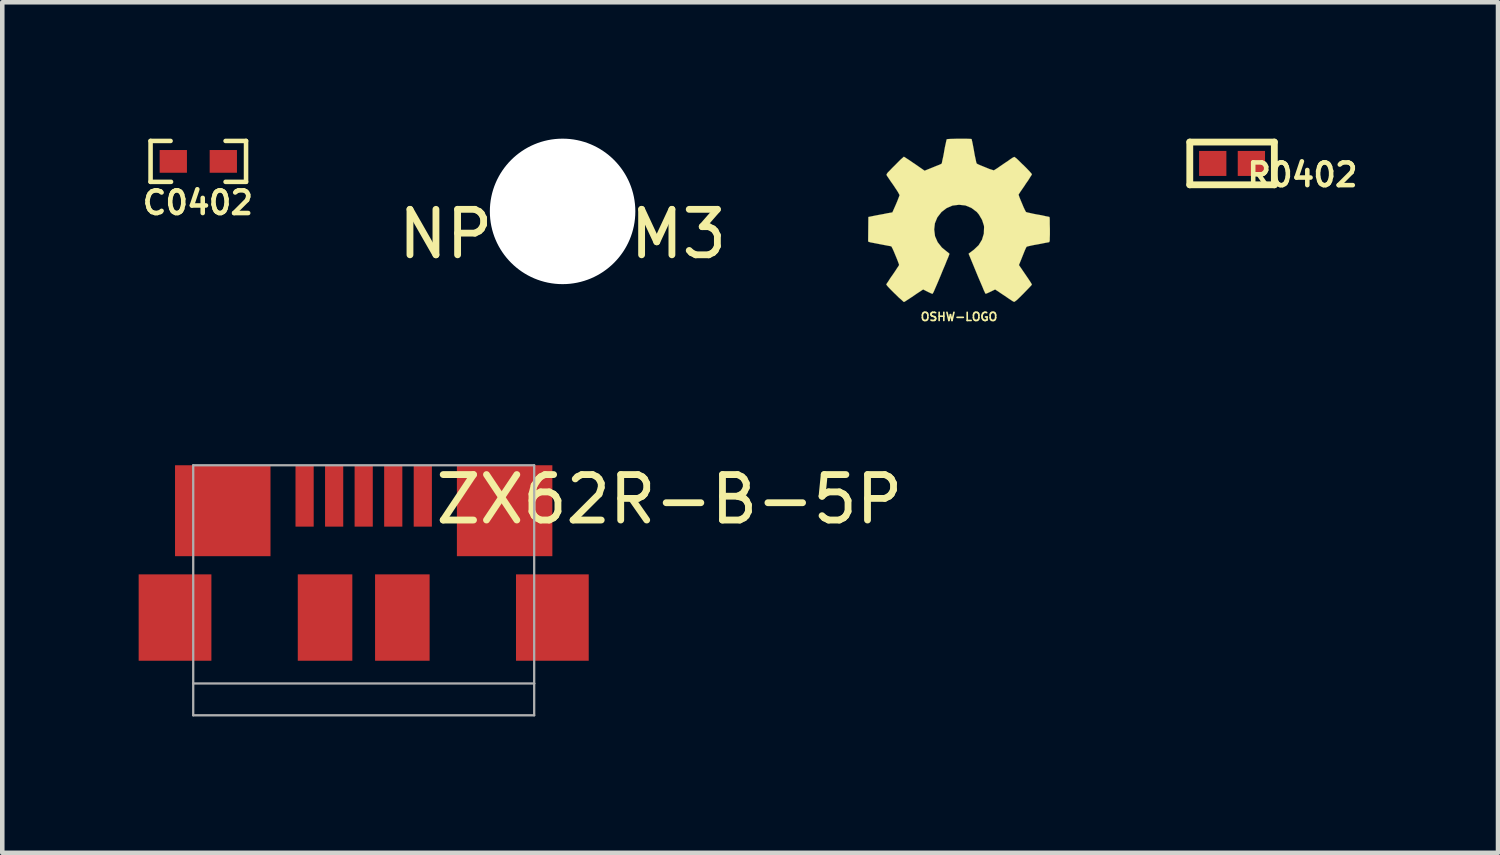
<source format=kicad_pcb>
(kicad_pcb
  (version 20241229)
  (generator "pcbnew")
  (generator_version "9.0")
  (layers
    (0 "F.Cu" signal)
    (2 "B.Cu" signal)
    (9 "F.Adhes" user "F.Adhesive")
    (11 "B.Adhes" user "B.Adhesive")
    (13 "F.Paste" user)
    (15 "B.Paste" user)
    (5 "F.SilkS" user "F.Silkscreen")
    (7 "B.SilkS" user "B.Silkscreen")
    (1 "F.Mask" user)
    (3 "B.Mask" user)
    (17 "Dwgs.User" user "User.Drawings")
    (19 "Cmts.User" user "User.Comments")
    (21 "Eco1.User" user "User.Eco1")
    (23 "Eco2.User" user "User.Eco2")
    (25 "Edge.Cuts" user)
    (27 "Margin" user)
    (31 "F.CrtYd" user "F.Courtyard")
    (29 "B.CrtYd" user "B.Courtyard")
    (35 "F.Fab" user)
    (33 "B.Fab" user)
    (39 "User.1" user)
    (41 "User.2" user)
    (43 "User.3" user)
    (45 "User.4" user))
  (footprint "R0402"
    (layer "F.Cu")
    (at 24.051 0.545)
    (property "Reference" "R0402" (at 1.548 0.251 0) (layer "F.SilkS") (effects (font (size 0.5 0.5) (thickness 0.1))))
    (attr smd)
    (fp_line (start -0.93 -0.47) (end 0.93 -0.47) (stroke (width 0.15) (type solid)) (layer "F.SilkS"))
    (fp_line (start -0.93 0.47) (end -0.93 -0.47) (stroke (width 0.15) (type solid)) (layer "F.SilkS"))
    (fp_line (start 0.93 -0.47) (end 0.93 0.47) (stroke (width 0.15) (type solid)) (layer "F.SilkS"))
    (fp_line (start 0.93 0.47) (end -0.93 0.47) (stroke (width 0.15) (type solid)) (layer "F.SilkS"))
    (pad "1" smd rect (at -0.425 0) (size 0.6 0.55) (layers "F.Cu" "F.Mask" "F.Paste"))
    (pad "2" smd rect (at 0.425 0) (size 0.6 0.55) (layers "F.Cu" "F.Mask" "F.Paste")))
  (footprint "ZX62R-B-5P"
    (layer "F.Cu")
    (at 4.95 10.534)
    (property "Reference" "ZX62R-B-5P" (at 6.725 -2.6 0) (layer "F.SilkS") (effects (font (size 1 1) (thickness 0.15))))
    (attr through_hole)
    (fp_line (start -3.75 -3.35) (end -3.75 1.45) (stroke (width 0.05) (type solid)) (layer "F.Fab"))
    (fp_line (start -3.75 -3.35) (end 3.75 -3.35) (stroke (width 0.05) (type solid)) (layer "F.Fab"))
    (fp_line (start -3.75 2.15) (end -3.75 1.45) (stroke (width 0.05) (type solid)) (layer "F.Fab"))
    (fp_line (start 3.75 -3.35) (end 3.75 1.45) (stroke (width 0.05) (type solid)) (layer "F.Fab"))
    (fp_line (start 3.75 1.45) (end -3.75 1.45) (stroke (width 0.05) (type solid)) (layer "F.Fab"))
    (fp_line (start 3.75 1.45) (end 3.75 2.15) (stroke (width 0.05) (type solid)) (layer "F.Fab"))
    (fp_line (start 3.75 2.15) (end -3.75 2.15) (stroke (width 0.05) (type solid)) (layer "F.Fab"))
    (pad "1" smd rect (at 1.3 -2.675) (size 0.4 1.35) (layers "F.Cu" "F.Mask" "F.Paste"))
    (pad "2" smd rect (at 0.65 -2.675) (size 0.4 1.35) (layers "F.Cu" "F.Mask" "F.Paste"))
    (pad "3" smd rect (at 0 -2.675) (size 0.4 1.35) (layers "F.Cu" "F.Mask" "F.Paste"))
    (pad "4" smd rect (at -0.65 -2.675) (size 0.4 1.35) (layers "F.Cu" "F.Mask" "F.Paste"))
    (pad "5" smd rect (at -1.3 -2.675) (size 0.4 1.35) (layers "F.Cu" "F.Mask" "F.Paste"))
    (pad "6" smd rect (at -3.1 -2.35) (size 2.1 2) (layers "F.Cu" "F.Mask" "F.Paste"))
    (pad "7" smd rect (at 3.1 -2.35) (size 2.1 2) (layers "F.Cu" "F.Mask" "F.Paste"))
    (pad "8" smd rect (at -4.15 0) (size 1.6 1.9) (layers "F.Cu" "F.Mask" "F.Paste"))
    (pad "9" smd rect (at -0.85 0) (size 1.2 1.9) (layers "F.Cu" "F.Mask" "F.Paste"))
    (pad "10" smd rect (at 0.85 0) (size 1.2 1.9) (layers "F.Cu" "F.Mask" "F.Paste"))
    (pad "11" smd rect (at 4.15 0) (size 1.6 1.9) (layers "F.Cu" "F.Mask" "F.Paste")))
  (footprint "OSHW-LOGO"
    (layer "F.Cu")
    (at 18.045 1.797)
    (property "Reference" "OSHW-LOGO" (at 0 2.121 0) (layer "F.SilkS") (effects (font (size 0.18 0.18) (thickness 0.036))))
    (attr through_hole)
    (fp_poly (pts (xy -1.212 1.796) (xy -1.191 1.786) (xy -1.143 1.755) (xy -1.077 1.712) (xy -0.998 1.659) (xy -0.919 1.605) (xy -0.853 1.562) (xy -0.808 1.532) (xy -0.79 1.521) (xy -0.78 1.524) (xy -0.742 1.544) (xy -0.686 1.572) (xy -0.655 1.587) (xy -0.605 1.61) (xy -0.579 1.615) (xy -0.577 1.608) (xy -0.556 1.57) (xy -0.528 1.504) (xy -0.49 1.417) (xy -0.447 1.316) (xy -0.401 1.206) (xy -0.356 1.095) (xy -0.31 0.988) (xy -0.272 0.892) (xy -0.239 0.815) (xy -0.218 0.759) (xy -0.211 0.737) (xy -0.213 0.732) (xy -0.239 0.709) (xy -0.282 0.676) (xy -0.378 0.597) (xy -0.47 0.48) (xy -0.528 0.348) (xy -0.546 0.201) (xy -0.531 0.066) (xy -0.478 -0.064) (xy -0.386 -0.183) (xy -0.274 -0.269) (xy -0.145 -0.325) (xy 0 -0.343) (xy 0.14 -0.328) (xy 0.272 -0.274) (xy 0.391 -0.185) (xy 0.439 -0.127) (xy 0.508 -0.008) (xy 0.549 0.119) (xy 0.551 0.15) (xy 0.546 0.292) (xy 0.505 0.427) (xy 0.432 0.546) (xy 0.328 0.645) (xy 0.315 0.655) (xy 0.267 0.691) (xy 0.236 0.714) (xy 0.211 0.734) (xy 0.389 1.166) (xy 0.417 1.234) (xy 0.467 1.351) (xy 0.511 1.453) (xy 0.544 1.534) (xy 0.569 1.587) (xy 0.579 1.61) (xy 0.594 1.613) (xy 0.627 1.6) (xy 0.688 1.572) (xy 0.729 1.552) (xy 0.775 1.529) (xy 0.795 1.521) (xy 0.813 1.532) (xy 0.856 1.56) (xy 0.919 1.603) (xy 0.996 1.654) (xy 1.069 1.704) (xy 1.138 1.75) (xy 1.186 1.781) (xy 1.212 1.793) (xy 1.214 1.793) (xy 1.234 1.781) (xy 1.275 1.75) (xy 1.333 1.694) (xy 1.415 1.613) (xy 1.427 1.6) (xy 1.496 1.529) (xy 1.552 1.471) (xy 1.59 1.43) (xy 1.603 1.412) (xy 1.59 1.387) (xy 1.56 1.339) (xy 1.514 1.27) (xy 1.46 1.191) (xy 1.318 0.983) (xy 1.397 0.787) (xy 1.42 0.729) (xy 1.45 0.655) (xy 1.473 0.605) (xy 1.486 0.582) (xy 1.506 0.574) (xy 1.56 0.561) (xy 1.638 0.544) (xy 1.73 0.528) (xy 1.819 0.511) (xy 1.897 0.495) (xy 1.956 0.485) (xy 1.981 0.48) (xy 1.986 0.475) (xy 1.991 0.462) (xy 1.996 0.437) (xy 1.996 0.389) (xy 1.999 0.312) (xy 1.999 0.201) (xy 1.999 0.191) (xy 1.996 0.084) (xy 1.996 0) (xy 1.994 -0.053) (xy 1.989 -0.074) (xy 1.963 -0.081) (xy 1.908 -0.091) (xy 1.829 -0.109) (xy 1.732 -0.127) (xy 1.727 -0.127) (xy 1.633 -0.145) (xy 1.554 -0.163) (xy 1.499 -0.175) (xy 1.476 -0.183) (xy 1.471 -0.188) (xy 1.45 -0.226) (xy 1.422 -0.284) (xy 1.392 -0.356) (xy 1.361 -0.429) (xy 1.333 -0.498) (xy 1.316 -0.546) (xy 1.311 -0.569) (xy 1.326 -0.592) (xy 1.359 -0.643) (xy 1.405 -0.709) (xy 1.46 -0.79) (xy 1.463 -0.798) (xy 1.519 -0.876) (xy 1.562 -0.945) (xy 1.593 -0.993) (xy 1.603 -1.013) (xy 1.603 -1.016) (xy 1.585 -1.039) (xy 1.544 -1.085) (xy 1.486 -1.146) (xy 1.415 -1.217) (xy 1.392 -1.237) (xy 1.316 -1.313) (xy 1.262 -1.364) (xy 1.227 -1.389) (xy 1.212 -1.397) (xy 1.212 -1.394) (xy 1.186 -1.382) (xy 1.135 -1.349) (xy 1.067 -1.3) (xy 0.986 -1.247) (xy 0.98 -1.242) (xy 0.902 -1.189) (xy 0.836 -1.143) (xy 0.787 -1.113) (xy 0.767 -1.1) (xy 0.762 -1.1) (xy 0.732 -1.11) (xy 0.673 -1.128) (xy 0.605 -1.156) (xy 0.531 -1.186) (xy 0.462 -1.214) (xy 0.411 -1.237) (xy 0.389 -1.25) (xy 0.389 -1.252) (xy 0.378 -1.28) (xy 0.366 -1.341) (xy 0.348 -1.422) (xy 0.33 -1.521) (xy 0.328 -1.537) (xy 0.31 -1.631) (xy 0.295 -1.709) (xy 0.282 -1.765) (xy 0.277 -1.788) (xy 0.264 -1.791) (xy 0.216 -1.793) (xy 0.145 -1.796) (xy 0.058 -1.796) (xy -0.03 -1.796) (xy -0.117 -1.793) (xy -0.193 -1.791) (xy -0.246 -1.788) (xy -0.269 -1.783) (xy -0.272 -1.781) (xy -0.279 -1.753) (xy -0.292 -1.692) (xy -0.31 -1.61) (xy -0.328 -1.511) (xy -0.33 -1.494) (xy -0.348 -1.4) (xy -0.366 -1.321) (xy -0.376 -1.267) (xy -0.384 -1.247) (xy -0.391 -1.242) (xy -0.429 -1.224) (xy -0.493 -1.199) (xy -0.574 -1.166) (xy -0.757 -1.092) (xy -0.98 -1.247) (xy -1.001 -1.26) (xy -1.082 -1.316) (xy -1.148 -1.359) (xy -1.194 -1.389) (xy -1.214 -1.4) (xy -1.237 -1.379) (xy -1.283 -1.339) (xy -1.344 -1.278) (xy -1.412 -1.209) (xy -1.466 -1.156) (xy -1.527 -1.092) (xy -1.567 -1.052) (xy -1.587 -1.024) (xy -1.595 -1.006) (xy -1.593 -0.996) (xy -1.58 -0.973) (xy -1.547 -0.925) (xy -1.501 -0.856) (xy -1.445 -0.777) (xy -1.4 -0.709) (xy -1.351 -0.635) (xy -1.321 -0.582) (xy -1.308 -0.554) (xy -1.311 -0.544) (xy -1.328 -0.5) (xy -1.354 -0.432) (xy -1.387 -0.353) (xy -1.466 -0.175) (xy -1.582 -0.155) (xy -1.654 -0.14) (xy -1.753 -0.122) (xy -1.847 -0.104) (xy -1.994 -0.074) (xy -1.999 0.465) (xy -1.976 0.475) (xy -1.953 0.483) (xy -1.9 0.493) (xy -1.821 0.508) (xy -1.73 0.526) (xy -1.651 0.541) (xy -1.572 0.556) (xy -1.516 0.566) (xy -1.491 0.572) (xy -1.483 0.582) (xy -1.463 0.62) (xy -1.435 0.681) (xy -1.405 0.754) (xy -1.374 0.828) (xy -1.346 0.899) (xy -1.326 0.953) (xy -1.318 0.98) (xy -1.328 1.001) (xy -1.359 1.046) (xy -1.402 1.113) (xy -1.455 1.191) (xy -1.511 1.27) (xy -1.554 1.339) (xy -1.587 1.387) (xy -1.6 1.407) (xy -1.593 1.422) (xy -1.562 1.46) (xy -1.504 1.521) (xy -1.415 1.61) (xy -1.4 1.623) (xy -1.331 1.692) (xy -1.27 1.745) (xy -1.229 1.783) (xy -1.212 1.796)) (stroke (width 0.003) (type solid)) (fill yes) (layer "F.SilkS")))
  (footprint "NPTH-M3"
    (layer "F.Cu")
    (at 9.325 1.6)
    (property "Reference" "NPTH-M3" (at 0 0.5 0) (layer "F.SilkS") (effects (font (size 1 1) (thickness 0.15))))
    (attr exclude_from_pos_files exclude_from_bom)
    (pad "" np_thru_hole circle (at 0 0) (size 3.2 3.2) (drill 3.2) (layers "*.Cu")))
  (footprint "C0402"
    (layer "F.Cu")
    (at 1.312 0.5)
    (property "Reference" "C0402" (at -0.01 0.91 0) (layer "F.SilkS") (effects (font (size 0.5 0.5) (thickness 0.1))))
    (attr smd)
    (fp_line (start -1.05 -0.45) (end -0.61 -0.45) (stroke (width 0.1) (type solid)) (layer "F.SilkS"))
    (fp_line (start -1.05 0.45) (end -1.05 -0.45) (stroke (width 0.1) (type solid)) (layer "F.SilkS"))
    (fp_line (start -1.05 0.45) (end -0.6 0.45) (stroke (width 0.1) (type solid)) (layer "F.SilkS"))
    (fp_line (start 0.6 -0.45) (end 1.05 -0.45) (stroke (width 0.1) (type solid)) (layer "F.SilkS"))
    (fp_line (start 1.05 -0.45) (end 1.05 0.45) (stroke (width 0.1) (type solid)) (layer "F.SilkS"))
    (fp_line (start 1.05 0.45) (end 0.6 0.45) (stroke (width 0.1) (type solid)) (layer "F.SilkS"))
    (pad "1" smd rect (at -0.55 0) (size 0.6 0.5) (layers "F.Cu" "F.Mask" "F.Paste"))
    (pad "2" smd rect (at 0.55 0) (size 0.6 0.5) (layers "F.Cu" "F.Mask" "F.Paste")))
  (gr_rect
    (start -3 -3)
    (end 29.901 15.709)
    (stroke (width 0.1) (type default))
    (fill no)
    (layer "Edge.Cuts")))
</source>
